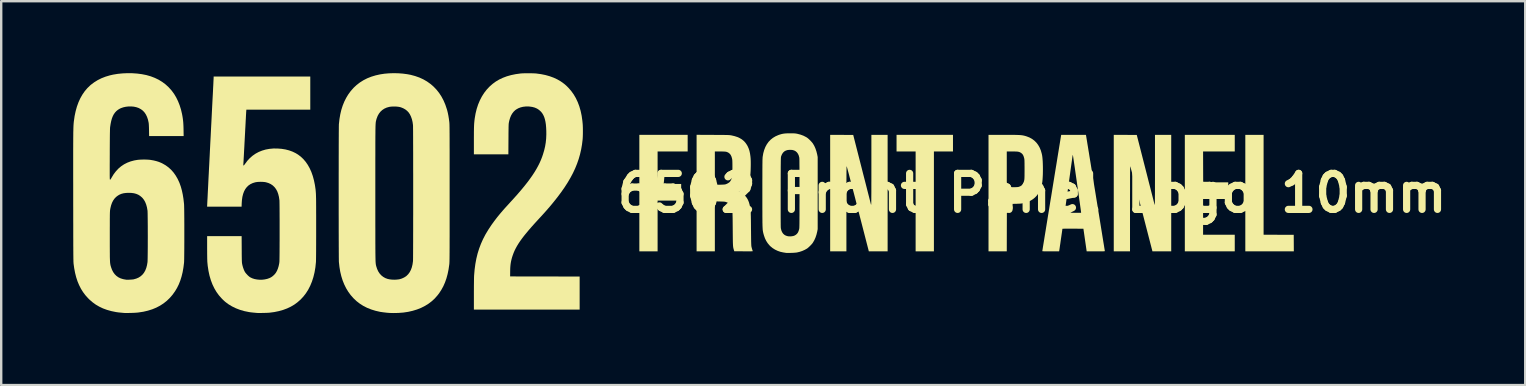
<source format=kicad_pcb>
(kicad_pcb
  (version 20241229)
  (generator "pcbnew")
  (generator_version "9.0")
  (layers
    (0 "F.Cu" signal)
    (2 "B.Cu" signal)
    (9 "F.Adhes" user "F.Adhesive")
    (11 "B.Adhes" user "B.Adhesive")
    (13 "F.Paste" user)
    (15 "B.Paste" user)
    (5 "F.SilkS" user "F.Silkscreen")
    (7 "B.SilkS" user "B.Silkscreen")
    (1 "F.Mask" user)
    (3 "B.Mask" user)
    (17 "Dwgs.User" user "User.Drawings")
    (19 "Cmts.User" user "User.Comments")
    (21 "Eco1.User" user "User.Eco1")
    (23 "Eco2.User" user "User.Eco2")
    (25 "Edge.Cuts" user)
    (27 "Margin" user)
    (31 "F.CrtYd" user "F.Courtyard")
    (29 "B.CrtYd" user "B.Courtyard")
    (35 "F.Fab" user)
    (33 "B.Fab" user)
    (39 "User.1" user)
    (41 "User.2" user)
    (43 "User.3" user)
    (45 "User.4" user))
  (footprint "6502 Front Panel Logo 10mm"
    (layer "F.Cu")
    (at 39.969 4.998)
    (property "Reference" "6502 Front Panel Logo 10mm" (at 0 0 0) (layer "F.SilkS") (effects (font (size 1.5 1.5) (thickness 0.3))))
    (attr board_only exclude_from_pos_files exclude_from_bom)
    (fp_poly (pts (xy 9.646 -0.347) (xy 9.646 1.734) (xy 10.274 1.737) (xy 10.902 1.739) (xy 10.904 2.084) (xy 10.906 2.428) (xy 9.895 2.428) (xy 8.884 2.428) (xy 8.884 0) (xy 8.884 -2.428) (xy 9.265 -2.428) (xy 9.646 -2.428)) (stroke (width 0) (type solid)) (fill yes) (layer "F.SilkS"))
    (fp_poly (pts (xy -3.3 -2.081) (xy -3.3 -1.735) (xy -3.697 -1.735) (xy -4.095 -1.735) (xy -4.095 0.347) (xy -4.095 2.428) (xy -4.476 2.428) (xy -4.857 2.428) (xy -4.857 0.347) (xy -4.857 -1.735) (xy -5.254 -1.735) (xy -5.652 -1.735) (xy -5.652 -2.081) (xy -5.652 -2.428) (xy -4.476 -2.428) (xy -3.3 -2.428)) (stroke (width 0) (type solid)) (fill yes) (layer "F.SilkS"))
    (fp_poly (pts (xy -14.358 -2.081) (xy -14.358 -1.735) (xy -14.984 -1.735) (xy -15.611 -1.735) (xy -15.611 -1.058) (xy -15.611 -0.381) (xy -15.12 -0.381) (xy -14.629 -0.381) (xy -14.629 -0.034) (xy -14.629 0.313) (xy -15.12 0.313) (xy -15.611 0.313) (xy -15.611 1.371) (xy -15.611 2.428) (xy -15.991 2.428) (xy -16.372 2.428) (xy -16.372 0) (xy -16.372 -2.428) (xy -15.365 -2.428) (xy -14.358 -2.428)) (stroke (width 0) (type solid)) (fill yes) (layer "F.SilkS"))
    (fp_poly (pts (xy 8.444 -2.081) (xy 8.444 -1.735) (xy 7.784 -1.735) (xy 7.124 -1.735) (xy 7.126 -1.094) (xy 7.128 -0.453) (xy 7.651 -0.45) (xy 8.173 -0.448) (xy 8.173 -0.101) (xy 8.173 0.245) (xy 7.649 0.245) (xy 7.124 0.245) (xy 7.124 0.99) (xy 7.124 1.735) (xy 7.784 1.735) (xy 8.444 1.735) (xy 8.444 2.081) (xy 8.444 2.428) (xy 7.403 2.428) (xy 6.363 2.428) (xy 6.363 0) (xy 6.363 -2.428) (xy 7.403 -2.428) (xy 8.444 -2.428)) (stroke (width 0) (type solid)) (fill yes) (layer "F.SilkS"))
    (fp_poly (pts (xy -7.939 -2.426) (xy -7.458 -2.424) (xy -7.089 -0.977) (xy -7.05 -0.824) (xy -7.012 -0.676) (xy -6.975 -0.533) (xy -6.94 -0.396) (xy -6.907 -0.266) (xy -6.876 -0.143) (xy -6.847 -0.029) (xy -6.82 0.075) (xy -6.796 0.17) (xy -6.775 0.253) (xy -6.757 0.324) (xy -6.742 0.383) (xy -6.731 0.428) (xy -6.723 0.459) (xy -6.719 0.474) (xy -6.719 0.476) (xy -6.711 0.482) (xy -6.71 0.482) (xy -6.708 0.474) (xy -6.707 0.448) (xy -6.706 0.406) (xy -6.705 0.347) (xy -6.704 0.272) (xy -6.704 0.179) (xy -6.703 0.07) (xy -6.702 -0.055) (xy -6.702 -0.198) (xy -6.702 -0.356) (xy -6.701 -0.532) (xy -6.701 -0.723) (xy -6.701 -0.931) (xy -6.701 -0.973) (xy -6.701 -2.428) (xy -6.363 -2.428) (xy -6.024 -2.428) (xy -6.024 0) (xy -6.024 2.428) (xy -6.416 2.428) (xy -6.807 2.428) (xy -7.264 0.656) (xy -7.323 0.428) (xy -7.377 0.215) (xy -7.428 0.018) (xy -7.476 -0.163) (xy -7.519 -0.329) (xy -7.558 -0.48) (xy -7.594 -0.614) (xy -7.625 -0.733) (xy -7.652 -0.836) (xy -7.676 -0.923) (xy -7.695 -0.994) (xy -7.71 -1.049) (xy -7.721 -1.088) (xy -7.728 -1.111) (xy -7.731 -1.117) (xy -7.733 -1.114) (xy -7.734 -1.104) (xy -7.735 -1.088) (xy -7.736 -1.064) (xy -7.737 -1.032) (xy -7.737 -0.992) (xy -7.738 -0.942) (xy -7.739 -0.882) (xy -7.739 -0.812) (xy -7.74 -0.731) (xy -7.74 -0.639) (xy -7.741 -0.534) (xy -7.741 -0.417) (xy -7.741 -0.286) (xy -7.741 -0.141) (xy -7.742 0.018) (xy -7.742 0.192) (xy -7.742 0.381) (xy -7.742 0.587) (xy -7.742 0.656) (xy -7.742 2.428) (xy -8.08 2.428) (xy -8.419 2.428) (xy -8.419 -0.00007) (xy -8.419 -2.428)) (stroke (width 0) (type solid)) (fill yes) (layer "F.SilkS"))
    (fp_poly (pts (xy 3.881 -2.426) (xy 4.36 -2.424) (xy 4.731 -0.973) (xy 4.77 -0.82) (xy 4.808 -0.672) (xy 4.844 -0.528) (xy 4.879 -0.391) (xy 4.913 -0.261) (xy 4.944 -0.138) (xy 4.973 -0.025) (xy 5 0.08) (xy 5.024 0.174) (xy 5.045 0.257) (xy 5.063 0.329) (xy 5.078 0.387) (xy 5.09 0.432) (xy 5.097 0.463) (xy 5.101 0.478) (xy 5.102 0.48) (xy 5.109 0.482) (xy 5.11 0.482) (xy 5.112 0.474) (xy 5.113 0.448) (xy 5.114 0.406) (xy 5.115 0.347) (xy 5.116 0.272) (xy 5.116 0.179) (xy 5.117 0.07) (xy 5.118 -0.055) (xy 5.118 -0.198) (xy 5.118 -0.356) (xy 5.119 -0.532) (xy 5.119 -0.723) (xy 5.119 -0.931) (xy 5.119 -0.973) (xy 5.119 -2.428) (xy 5.457 -2.428) (xy 5.796 -2.428) (xy 5.796 0) (xy 5.796 2.428) (xy 5.404 2.428) (xy 5.013 2.428) (xy 4.556 0.658) (xy 4.508 0.475) (xy 4.463 0.298) (xy 4.419 0.129) (xy 4.377 -0.032) (xy 4.337 -0.184) (xy 4.3 -0.328) (xy 4.265 -0.461) (xy 4.233 -0.584) (xy 4.203 -0.695) (xy 4.177 -0.795) (xy 4.153 -0.883) (xy 4.133 -0.957) (xy 4.117 -1.018) (xy 4.104 -1.065) (xy 4.095 -1.096) (xy 4.09 -1.113) (xy 4.089 -1.115) (xy 4.087 -1.112) (xy 4.086 -1.102) (xy 4.085 -1.085) (xy 4.084 -1.06) (xy 4.083 -1.027) (xy 4.083 -0.984) (xy 4.082 -0.932) (xy 4.081 -0.869) (xy 4.081 -0.796) (xy 4.08 -0.711) (xy 4.08 -0.614) (xy 4.079 -0.505) (xy 4.079 -0.383) (xy 4.079 -0.248) (xy 4.079 -0.098) (xy 4.078 0.066) (xy 4.078 0.246) (xy 4.078 0.441) (xy 4.078 0.653) (xy 4.078 0.655) (xy 4.078 2.428) (xy 3.74 2.428) (xy 3.401 2.428) (xy 3.401 -0.00007) (xy 3.401 -2.428)) (stroke (width 0) (type solid)) (fill yes) (layer "F.SilkS"))
    (fp_poly (pts (xy -1.067 -2.428) (xy -0.95 -2.428) (xy -0.847 -2.427) (xy -0.758 -2.427) (xy -0.68 -2.425) (xy -0.612 -2.423) (xy -0.553 -2.421) (xy -0.502 -2.418) (xy -0.457 -2.414) (xy -0.417 -2.409) (xy -0.381 -2.403) (xy -0.347 -2.396) (xy -0.314 -2.388) (xy -0.28 -2.379) (xy -0.245 -2.368) (xy -0.233 -2.364) (xy -0.115 -2.319) (xy -0.008 -2.26) (xy 0.088 -2.189) (xy 0.173 -2.106) (xy 0.247 -2.01) (xy 0.309 -1.902) (xy 0.36 -1.782) (xy 0.398 -1.65) (xy 0.415 -1.571) (xy 0.425 -1.502) (xy 0.433 -1.418) (xy 0.44 -1.323) (xy 0.444 -1.22) (xy 0.447 -1.11) (xy 0.448 -0.998) (xy 0.447 -0.886) (xy 0.445 -0.775) (xy 0.44 -0.671) (xy 0.434 -0.574) (xy 0.426 -0.488) (xy 0.416 -0.416) (xy 0.414 -0.406) (xy 0.384 -0.273) (xy 0.341 -0.149) (xy 0.288 -0.036) (xy 0.223 0.065) (xy 0.195 0.102) (xy 0.117 0.184) (xy 0.03 0.255) (xy -0.067 0.315) (xy -0.176 0.364) (xy -0.298 0.403) (xy -0.41 0.428) (xy -0.439 0.433) (xy -0.474 0.437) (xy -0.518 0.44) (xy -0.572 0.442) (xy -0.638 0.445) (xy -0.718 0.447) (xy -0.77 0.448) (xy -1.053 0.453) (xy -1.056 1.44) (xy -1.058 2.428) (xy -1.438 2.428) (xy -1.819 2.428) (xy -1.819 0) (xy -1.819 -0.99) (xy -1.058 -0.99) (xy -1.058 -0.245) (xy -0.836 -0.245) (xy -0.757 -0.246) (xy -0.694 -0.247) (xy -0.645 -0.249) (xy -0.608 -0.251) (xy -0.581 -0.255) (xy -0.57 -0.257) (xy -0.502 -0.282) (xy -0.446 -0.316) (xy -0.401 -0.362) (xy -0.366 -0.42) (xy -0.341 -0.492) (xy -0.333 -0.525) (xy -0.329 -0.544) (xy -0.326 -0.564) (xy -0.323 -0.586) (xy -0.322 -0.613) (xy -0.32 -0.647) (xy -0.319 -0.688) (xy -0.318 -0.739) (xy -0.318 -0.802) (xy -0.317 -0.878) (xy -0.317 -0.968) (xy -0.317 -0.99) (xy -0.317 -1.084) (xy -0.318 -1.163) (xy -0.318 -1.228) (xy -0.319 -1.282) (xy -0.32 -1.325) (xy -0.321 -1.36) (xy -0.323 -1.388) (xy -0.325 -1.411) (xy -0.328 -1.431) (xy -0.332 -1.448) (xy -0.332 -1.451) (xy -0.353 -1.525) (xy -0.379 -1.585) (xy -0.412 -1.632) (xy -0.454 -1.669) (xy -0.483 -1.687) (xy -0.508 -1.701) (xy -0.533 -1.711) (xy -0.559 -1.719) (xy -0.588 -1.725) (xy -0.624 -1.73) (xy -0.667 -1.732) (xy -0.722 -1.734) (xy -0.789 -1.734) (xy -0.836 -1.734) (xy -1.058 -1.735) (xy -1.058 -0.99) (xy -1.819 -0.99) (xy -1.819 -2.428) (xy -1.199 -2.428)) (stroke (width 0) (type solid)) (fill yes) (layer "F.SilkS"))
    (fp_poly (pts (xy 2.246 -2.405) (xy 2.248 -2.394) (xy 2.252 -2.367) (xy 2.259 -2.325) (xy 2.268 -2.269) (xy 2.28 -2.199) (xy 2.293 -2.117) (xy 2.308 -2.023) (xy 2.326 -1.918) (xy 2.344 -1.803) (xy 2.365 -1.679) (xy 2.386 -1.546) (xy 2.409 -1.406) (xy 2.433 -1.258) (xy 2.458 -1.104) (xy 2.484 -0.945) (xy 2.511 -0.782) (xy 2.538 -0.615) (xy 2.565 -0.445) (xy 2.593 -0.273) (xy 2.622 -0.099) (xy 2.65 0.075) (xy 2.678 0.249) (xy 2.706 0.421) (xy 2.734 0.592) (xy 2.761 0.76) (xy 2.788 0.924) (xy 2.814 1.084) (xy 2.839 1.239) (xy 2.863 1.387) (xy 2.886 1.53) (xy 2.908 1.664) (xy 2.928 1.79) (xy 2.947 1.907) (xy 2.964 2.014) (xy 2.98 2.11) (xy 2.994 2.195) (xy 3.005 2.267) (xy 3.015 2.326) (xy 3.022 2.371) (xy 3.027 2.402) (xy 3.029 2.416) (xy 3.029 2.417) (xy 3.026 2.42) (xy 3.016 2.422) (xy 2.999 2.424) (xy 2.971 2.426) (xy 2.934 2.427) (xy 2.884 2.427) (xy 2.822 2.428) (xy 2.745 2.428) (xy 2.652 2.428) (xy 2.65 2.428) (xy 2.272 2.428) (xy 2.204 1.957) (xy 2.136 1.485) (xy 1.698 1.483) (xy 1.592 1.482) (xy 1.5 1.482) (xy 1.422 1.483) (xy 1.359 1.483) (xy 1.311 1.485) (xy 1.279 1.486) (xy 1.263 1.488) (xy 1.261 1.489) (xy 1.26 1.499) (xy 1.256 1.523) (xy 1.251 1.561) (xy 1.244 1.609) (xy 1.236 1.667) (xy 1.226 1.732) (xy 1.216 1.803) (xy 1.205 1.877) (xy 1.194 1.953) (xy 1.183 2.029) (xy 1.173 2.103) (xy 1.162 2.172) (xy 1.153 2.236) (xy 1.145 2.292) (xy 1.138 2.339) (xy 1.133 2.374) (xy 1.129 2.396) (xy 1.128 2.401) (xy 1.123 2.428) (xy 0.773 2.428) (xy 0.685 2.428) (xy 0.612 2.428) (xy 0.553 2.427) (xy 0.507 2.427) (xy 0.472 2.425) (xy 0.448 2.424) (xy 0.433 2.422) (xy 0.425 2.419) (xy 0.423 2.417) (xy 0.424 2.408) (xy 0.428 2.383) (xy 0.435 2.343) (xy 0.443 2.289) (xy 0.454 2.221) (xy 0.467 2.14) (xy 0.482 2.048) (xy 0.499 1.945) (xy 0.517 1.831) (xy 0.537 1.708) (xy 0.559 1.576) (xy 0.581 1.437) (xy 0.605 1.29) (xy 0.63 1.137) (xy 0.655 0.979) (xy 0.681 0.821) (xy 1.352 0.821) (xy 1.695 0.821) (xy 2.039 0.821) (xy 2.039 0.802) (xy 2.038 0.79) (xy 2.034 0.762) (xy 2.029 0.72) (xy 2.021 0.666) (xy 2.012 0.599) (xy 2.001 0.521) (xy 1.989 0.434) (xy 1.976 0.339) (xy 1.961 0.236) (xy 1.946 0.127) (xy 1.93 0.013) (xy 1.913 -0.105) (xy 1.896 -0.225) (xy 1.878 -0.347) (xy 1.861 -0.469) (xy 1.843 -0.591) (xy 1.826 -0.711) (xy 1.809 -0.828) (xy 1.793 -0.94) (xy 1.778 -1.047) (xy 1.763 -1.148) (xy 1.749 -1.24) (xy 1.737 -1.325) (xy 1.726 -1.399) (xy 1.717 -1.462) (xy 1.709 -1.512) (xy 1.703 -1.549) (xy 1.7 -1.572) (xy 1.698 -1.579) (xy 1.69 -1.582) (xy 1.689 -1.582) (xy 1.687 -1.573) (xy 1.684 -1.548) (xy 1.678 -1.509) (xy 1.67 -1.456) (xy 1.661 -1.39) (xy 1.65 -1.312) (xy 1.637 -1.222) (xy 1.623 -1.123) (xy 1.608 -1.015) (xy 1.592 -0.898) (xy 1.575 -0.774) (xy 1.557 -0.644) (xy 1.538 -0.508) (xy 1.524 -0.406) (xy 1.504 -0.267) (xy 1.486 -0.132) (xy 1.468 -0.002) (xy 1.451 0.121) (xy 1.434 0.237) (xy 1.42 0.345) (xy 1.406 0.444) (xy 1.393 0.532) (xy 1.383 0.609) (xy 1.374 0.674) (xy 1.366 0.726) (xy 1.361 0.764) (xy 1.358 0.787) (xy 1.357 0.793) (xy 1.352 0.821) (xy 0.681 0.821) (xy 0.682 0.816) (xy 0.709 0.649) (xy 0.736 0.479) (xy 0.764 0.307) (xy 0.793 0.134) (xy 0.821 -0.04) (xy 0.849 -0.214) (xy 0.877 -0.386) (xy 0.905 -0.557) (xy 0.932 -0.726) (xy 0.959 -0.89) (xy 0.985 -1.051) (xy 1.011 -1.207) (xy 1.035 -1.356) (xy 1.058 -1.499) (xy 1.08 -1.635) (xy 1.101 -1.762) (xy 1.12 -1.88) (xy 1.138 -1.989) (xy 1.154 -2.086) (xy 1.168 -2.173) (xy 1.18 -2.247) (xy 1.19 -2.307) (xy 1.198 -2.354) (xy 1.203 -2.386) (xy 1.206 -2.403) (xy 1.206 -2.405) (xy 1.211 -2.428) (xy 1.726 -2.428) (xy 2.241 -2.428)) (stroke (width 0) (type solid)) (fill yes) (layer "F.SilkS"))
    (fp_poly (pts (xy -13.307 -2.426) (xy -13.183 -2.425) (xy -13.075 -2.425) (xy -12.982 -2.424) (xy -12.901 -2.423) (xy -12.833 -2.423) (xy -12.775 -2.422) (xy -12.726 -2.421) (xy -12.686 -2.42) (xy -12.653 -2.418) (xy -12.625 -2.417) (xy -12.602 -2.415) (xy -12.582 -2.412) (xy -12.564 -2.41) (xy -12.547 -2.407) (xy -12.535 -2.405) (xy -12.405 -2.375) (xy -12.29 -2.338) (xy -12.188 -2.292) (xy -12.098 -2.238) (xy -12.019 -2.173) (xy -11.95 -2.098) (xy -11.89 -2.011) (xy -11.852 -1.942) (xy -11.814 -1.855) (xy -11.783 -1.76) (xy -11.76 -1.656) (xy -11.743 -1.539) (xy -11.735 -1.46) (xy -11.732 -1.405) (xy -11.729 -1.339) (xy -11.728 -1.264) (xy -11.728 -1.184) (xy -11.729 -1.102) (xy -11.731 -1.02) (xy -11.733 -0.941) (xy -11.737 -0.869) (xy -11.741 -0.807) (xy -11.746 -0.757) (xy -11.748 -0.738) (xy -11.775 -0.61) (xy -11.812 -0.492) (xy -11.861 -0.386) (xy -11.92 -0.292) (xy -11.984 -0.217) (xy -12.022 -0.182) (xy -12.07 -0.145) (xy -12.122 -0.11) (xy -12.171 -0.082) (xy -12.191 -0.073) (xy -12.211 -0.062) (xy -12.223 -0.052) (xy -12.224 -0.049) (xy -12.216 -0.043) (xy -12.196 -0.032) (xy -12.167 -0.018) (xy -12.154 -0.012) (xy -12.074 0.029) (xy -12.003 0.078) (xy -11.941 0.137) (xy -11.889 0.206) (xy -11.844 0.286) (xy -11.806 0.379) (xy -11.776 0.485) (xy -11.751 0.606) (xy -11.739 0.688) (xy -11.736 0.71) (xy -11.734 0.736) (xy -11.732 0.767) (xy -11.73 0.805) (xy -11.728 0.849) (xy -11.727 0.903) (xy -11.725 0.966) (xy -11.724 1.039) (xy -11.722 1.125) (xy -11.721 1.225) (xy -11.72 1.338) (xy -11.719 1.467) (xy -11.719 1.485) (xy -11.717 1.612) (xy -11.716 1.723) (xy -11.715 1.819) (xy -11.714 1.903) (xy -11.713 1.973) (xy -11.712 2.033) (xy -11.71 2.083) (xy -11.709 2.124) (xy -11.707 2.157) (xy -11.706 2.184) (xy -11.704 2.205) (xy -11.701 2.222) (xy -11.699 2.236) (xy -11.698 2.242) (xy -11.681 2.306) (xy -11.662 2.37) (xy -11.646 2.414) (xy -11.646 2.417) (xy -11.648 2.42) (xy -11.654 2.422) (xy -11.665 2.424) (xy -11.684 2.425) (xy -11.711 2.426) (xy -11.747 2.427) (xy -11.795 2.427) (xy -11.855 2.427) (xy -11.93 2.427) (xy -12.019 2.426) (xy -12.028 2.426) (xy -12.416 2.424) (xy -12.427 2.386) (xy -12.435 2.359) (xy -12.442 2.336) (xy -12.448 2.313) (xy -12.454 2.292) (xy -12.458 2.269) (xy -12.462 2.244) (xy -12.465 2.216) (xy -12.468 2.184) (xy -12.47 2.145) (xy -12.472 2.099) (xy -12.474 2.045) (xy -12.475 1.982) (xy -12.476 1.907) (xy -12.477 1.821) (xy -12.478 1.721) (xy -12.479 1.606) (xy -12.48 1.493) (xy -12.481 1.364) (xy -12.482 1.25) (xy -12.483 1.151) (xy -12.484 1.065) (xy -12.485 0.992) (xy -12.487 0.93) (xy -12.488 0.878) (xy -12.489 0.834) (xy -12.491 0.799) (xy -12.493 0.77) (xy -12.495 0.747) (xy -12.497 0.728) (xy -12.499 0.712) (xy -12.5 0.709) (xy -12.521 0.622) (xy -12.549 0.549) (xy -12.584 0.49) (xy -12.629 0.442) (xy -12.684 0.404) (xy -12.751 0.375) (xy -12.778 0.366) (xy -12.801 0.361) (xy -12.833 0.357) (xy -12.876 0.354) (xy -12.933 0.352) (xy -13.004 0.35) (xy -13.024 0.349) (xy -13.225 0.345) (xy -13.225 1.387) (xy -13.225 2.428) (xy -13.605 2.428) (xy -13.986 2.428) (xy -13.986 -0.000461) (xy -13.986 -1.04) (xy -13.225 -1.04) (xy -13.225 -0.345) (xy -13.024 -0.349) (xy -12.946 -0.351) (xy -12.884 -0.354) (xy -12.837 -0.357) (xy -12.802 -0.361) (xy -12.779 -0.366) (xy -12.729 -0.385) (xy -12.679 -0.41) (xy -12.635 -0.439) (xy -12.602 -0.468) (xy -12.601 -0.469) (xy -12.566 -0.519) (xy -12.536 -0.581) (xy -12.512 -0.65) (xy -12.508 -0.668) (xy -12.504 -0.687) (xy -12.501 -0.707) (xy -12.498 -0.732) (xy -12.496 -0.761) (xy -12.495 -0.798) (xy -12.494 -0.845) (xy -12.493 -0.903) (xy -12.493 -0.974) (xy -12.493 -1.049) (xy -12.493 -1.134) (xy -12.493 -1.203) (xy -12.494 -1.26) (xy -12.495 -1.306) (xy -12.496 -1.343) (xy -12.498 -1.372) (xy -12.501 -1.397) (xy -12.504 -1.419) (xy -12.508 -1.438) (xy -12.531 -1.519) (xy -12.562 -1.585) (xy -12.602 -1.638) (xy -12.651 -1.679) (xy -12.666 -1.687) (xy -12.693 -1.701) (xy -12.718 -1.712) (xy -12.744 -1.72) (xy -12.774 -1.726) (xy -12.811 -1.73) (xy -12.855 -1.732) (xy -12.911 -1.734) (xy -12.981 -1.734) (xy -13.011 -1.734) (xy -13.225 -1.735) (xy -13.225 -1.04) (xy -13.986 -1.04) (xy -13.986 -2.429)) (stroke (width 0) (type solid)) (fill yes) (layer "F.SilkS"))
    (fp_poly (pts (xy -20.912 -4.995) (xy -20.836 -4.993) (xy -20.768 -4.991) (xy -20.71 -4.988) (xy -20.67 -4.985) (xy -20.47 -4.958) (xy -20.283 -4.92) (xy -20.107 -4.87) (xy -19.943 -4.81) (xy -19.789 -4.738) (xy -19.645 -4.654) (xy -19.511 -4.558) (xy -19.49 -4.541) (xy -19.459 -4.515) (xy -19.42 -4.48) (xy -19.379 -4.441) (xy -19.34 -4.401) (xy -19.329 -4.39) (xy -19.214 -4.259) (xy -19.111 -4.116) (xy -19.02 -3.961) (xy -18.941 -3.794) (xy -18.874 -3.616) (xy -18.819 -3.426) (xy -18.776 -3.223) (xy -18.746 -3.009) (xy -18.733 -2.877) (xy -18.729 -2.805) (xy -18.726 -2.721) (xy -18.725 -2.63) (xy -18.725 -2.536) (xy -18.726 -2.443) (xy -18.729 -2.355) (xy -18.733 -2.276) (xy -18.737 -2.229) (xy -18.762 -2.023) (xy -18.797 -1.821) (xy -18.843 -1.621) (xy -18.899 -1.424) (xy -18.967 -1.228) (xy -19.046 -1.033) (xy -19.138 -0.836) (xy -19.243 -0.639) (xy -19.36 -0.439) (xy -19.491 -0.236) (xy -19.637 -0.028) (xy -19.796 0.184) (xy -19.97 0.402) (xy -20.036 0.482) (xy -20.102 0.561) (xy -20.167 0.636) (xy -20.232 0.711) (xy -20.3 0.788) (xy -20.373 0.869) (xy -20.452 0.956) (xy -20.541 1.052) (xy -20.586 1.101) (xy -20.728 1.256) (xy -20.857 1.4) (xy -20.975 1.536) (xy -21.082 1.663) (xy -21.179 1.783) (xy -21.265 1.896) (xy -21.343 2.004) (xy -21.412 2.108) (xy -21.473 2.208) (xy -21.526 2.305) (xy -21.573 2.4) (xy -21.613 2.494) (xy -21.648 2.589) (xy -21.679 2.684) (xy -21.698 2.754) (xy -21.719 2.845) (xy -21.735 2.936) (xy -21.746 3.029) (xy -21.753 3.131) (xy -21.756 3.244) (xy -21.756 3.274) (xy -21.758 3.473) (xy -20.309 3.475) (xy -18.86 3.478) (xy -18.86 4.167) (xy -18.86 4.857) (xy -21.064 4.857) (xy -23.268 4.857) (xy -23.268 4.21) (xy -23.268 4.103) (xy -23.267 3.998) (xy -23.267 3.897) (xy -23.266 3.801) (xy -23.265 3.712) (xy -23.264 3.632) (xy -23.263 3.562) (xy -23.262 3.505) (xy -23.26 3.461) (xy -23.259 3.434) (xy -23.238 3.188) (xy -23.207 2.956) (xy -23.166 2.734) (xy -23.114 2.521) (xy -23.05 2.315) (xy -22.974 2.114) (xy -22.886 1.917) (xy -22.784 1.721) (xy -22.667 1.526) (xy -22.536 1.328) (xy -22.426 1.176) (xy -22.359 1.088) (xy -22.292 1.001) (xy -22.222 0.915) (xy -22.148 0.826) (xy -22.069 0.734) (xy -21.983 0.636) (xy -21.887 0.531) (xy -21.782 0.416) (xy -21.758 0.389) (xy -21.59 0.205) (xy -21.435 0.031) (xy -21.292 -0.136) (xy -21.161 -0.294) (xy -21.042 -0.445) (xy -20.933 -0.591) (xy -20.834 -0.731) (xy -20.745 -0.867) (xy -20.665 -0.999) (xy -20.594 -1.128) (xy -20.53 -1.255) (xy -20.474 -1.381) (xy -20.425 -1.507) (xy -20.389 -1.612) (xy -20.339 -1.78) (xy -20.3 -1.944) (xy -20.273 -2.106) (xy -20.256 -2.272) (xy -20.249 -2.445) (xy -20.25 -2.589) (xy -20.257 -2.734) (xy -20.268 -2.864) (xy -20.286 -2.979) (xy -20.31 -3.083) (xy -20.339 -3.174) (xy -20.376 -3.255) (xy -20.419 -3.327) (xy -20.47 -3.391) (xy -20.479 -3.4) (xy -20.554 -3.468) (xy -20.637 -3.522) (xy -20.73 -3.563) (xy -20.833 -3.591) (xy -20.947 -3.607) (xy -20.984 -3.61) (xy -21.105 -3.61) (xy -21.219 -3.597) (xy -21.325 -3.571) (xy -21.422 -3.533) (xy -21.508 -3.483) (xy -21.546 -3.455) (xy -21.613 -3.391) (xy -21.67 -3.317) (xy -21.719 -3.232) (xy -21.759 -3.135) (xy -21.792 -3.023) (xy -21.806 -2.959) (xy -21.809 -2.942) (xy -21.812 -2.925) (xy -21.815 -2.906) (xy -21.817 -2.885) (xy -21.819 -2.86) (xy -21.82 -2.83) (xy -21.821 -2.794) (xy -21.823 -2.749) (xy -21.823 -2.695) (xy -21.824 -2.631) (xy -21.825 -2.556) (xy -21.826 -2.467) (xy -21.826 -2.364) (xy -21.827 -2.245) (xy -21.827 -2.244) (xy -21.831 -1.616) (xy -22.549 -1.616) (xy -23.268 -1.616) (xy -23.268 -2.19) (xy -23.268 -2.317) (xy -23.267 -2.429) (xy -23.267 -2.527) (xy -23.266 -2.614) (xy -23.265 -2.689) (xy -23.263 -2.756) (xy -23.261 -2.815) (xy -23.258 -2.869) (xy -23.255 -2.919) (xy -23.25 -2.966) (xy -23.246 -3.013) (xy -23.24 -3.06) (xy -23.234 -3.109) (xy -23.199 -3.313) (xy -23.152 -3.507) (xy -23.092 -3.691) (xy -23.02 -3.863) (xy -22.936 -4.025) (xy -22.841 -4.175) (xy -22.733 -4.314) (xy -22.615 -4.44) (xy -22.484 -4.555) (xy -22.354 -4.65) (xy -22.212 -4.734) (xy -22.059 -4.806) (xy -21.894 -4.868) (xy -21.717 -4.918) (xy -21.528 -4.957) (xy -21.326 -4.985) (xy -21.322 -4.985) (xy -21.276 -4.989) (xy -21.216 -4.992) (xy -21.147 -4.994) (xy -21.071 -4.995) (xy -20.991 -4.995)) (stroke (width 0) (type solid)) (fill yes) (layer "F.SilkS"))
    (fp_poly (pts (xy -10.018 -2.491) (xy -9.965 -2.491) (xy -9.922 -2.489) (xy -9.886 -2.487) (xy -9.854 -2.483) (xy -9.822 -2.478) (xy -9.791 -2.472) (xy -9.658 -2.438) (xy -9.533 -2.392) (xy -9.42 -2.334) (xy -9.384 -2.312) (xy -9.352 -2.288) (xy -9.313 -2.255) (xy -9.271 -2.215) (xy -9.228 -2.172) (xy -9.189 -2.129) (xy -9.157 -2.091) (xy -9.141 -2.069) (xy -9.082 -1.97) (xy -9.032 -1.858) (xy -8.991 -1.736) (xy -8.959 -1.607) (xy -8.958 -1.601) (xy -8.939 -1.502) (xy -8.939 0) (xy -8.939 1.502) (xy -8.958 1.601) (xy -8.989 1.73) (xy -9.03 1.853) (xy -9.08 1.965) (xy -9.138 2.064) (xy -9.141 2.069) (xy -9.166 2.103) (xy -9.201 2.143) (xy -9.242 2.186) (xy -9.285 2.228) (xy -9.326 2.266) (xy -9.363 2.297) (xy -9.384 2.312) (xy -9.478 2.365) (xy -9.583 2.412) (xy -9.694 2.449) (xy -9.806 2.475) (xy -9.806 2.475) (xy -9.837 2.479) (xy -9.88 2.483) (xy -9.931 2.487) (xy -9.988 2.49) (xy -10.048 2.492) (xy -10.107 2.494) (xy -10.161 2.494) (xy -10.208 2.494) (xy -10.244 2.493) (xy -10.263 2.491) (xy -10.281 2.488) (xy -10.31 2.483) (xy -10.346 2.478) (xy -10.369 2.474) (xy -10.49 2.448) (xy -10.606 2.408) (xy -10.716 2.356) (xy -10.817 2.292) (xy -10.907 2.219) (xy -10.946 2.18) (xy -11.022 2.089) (xy -11.085 1.991) (xy -11.137 1.884) (xy -11.179 1.764) (xy -11.194 1.711) (xy -11.201 1.687) (xy -11.206 1.665) (xy -11.211 1.643) (xy -11.216 1.622) (xy -11.22 1.599) (xy -11.224 1.575) (xy -11.228 1.549) (xy -11.231 1.519) (xy -11.233 1.485) (xy -11.235 1.447) (xy -11.237 1.402) (xy -11.239 1.351) (xy -11.24 1.293) (xy -11.242 1.226) (xy -11.242 1.15) (xy -11.243 1.065) (xy -11.244 0.969) (xy -11.244 0.861) (xy -11.244 0.741) (xy -11.245 0.657) (xy -10.482 0.657) (xy -10.482 0.791) (xy -10.482 0.912) (xy -10.482 1.019) (xy -10.481 1.113) (xy -10.481 1.195) (xy -10.48 1.265) (xy -10.48 1.324) (xy -10.479 1.372) (xy -10.478 1.41) (xy -10.477 1.438) (xy -10.475 1.458) (xy -10.474 1.468) (xy -10.453 1.556) (xy -10.421 1.63) (xy -10.379 1.691) (xy -10.326 1.739) (xy -10.263 1.774) (xy -10.189 1.796) (xy -10.145 1.802) (xy -10.081 1.804) (xy -10.017 1.799) (xy -9.959 1.789) (xy -9.912 1.774) (xy -9.91 1.773) (xy -9.851 1.739) (xy -9.803 1.698) (xy -9.764 1.646) (xy -9.735 1.582) (xy -9.712 1.505) (xy -9.708 1.485) (xy -9.707 1.475) (xy -9.705 1.46) (xy -9.704 1.441) (xy -9.703 1.415) (xy -9.702 1.383) (xy -9.701 1.344) (xy -9.7 1.297) (xy -9.699 1.24) (xy -9.699 1.175) (xy -9.698 1.099) (xy -9.698 1.012) (xy -9.697 0.914) (xy -9.697 0.803) (xy -9.697 0.679) (xy -9.697 0.541) (xy -9.696 0.388) (xy -9.696 0.221) (xy -9.696 0.037) (xy -9.696 -0.001) (xy -9.696 -0.212) (xy -9.697 -0.406) (xy -9.697 -0.583) (xy -9.697 -0.744) (xy -9.698 -0.889) (xy -9.698 -1.017) (xy -9.699 -1.13) (xy -9.7 -1.226) (xy -9.7 -1.307) (xy -9.701 -1.372) (xy -9.702 -1.422) (xy -9.704 -1.456) (xy -9.705 -1.475) (xy -9.705 -1.477) (xy -9.727 -1.563) (xy -9.76 -1.636) (xy -9.803 -1.696) (xy -9.856 -1.743) (xy -9.919 -1.777) (xy -9.993 -1.797) (xy -10.024 -1.8) (xy -10.117 -1.803) (xy -10.199 -1.794) (xy -10.27 -1.771) (xy -10.331 -1.736) (xy -10.382 -1.687) (xy -10.424 -1.625) (xy -10.457 -1.548) (xy -10.464 -1.526) (xy -10.466 -1.519) (xy -10.468 -1.51) (xy -10.469 -1.499) (xy -10.471 -1.486) (xy -10.472 -1.468) (xy -10.473 -1.446) (xy -10.474 -1.418) (xy -10.475 -1.385) (xy -10.476 -1.344) (xy -10.477 -1.296) (xy -10.477 -1.239) (xy -10.478 -1.173) (xy -10.479 -1.098) (xy -10.479 -1.011) (xy -10.479 -0.913) (xy -10.48 -0.803) (xy -10.48 -0.68) (xy -10.481 -0.543) (xy -10.481 -0.391) (xy -10.481 -0.224) (xy -10.482 -0.041) (xy -10.482 -0.034) (xy -10.482 0.163) (xy -10.482 0.343) (xy -10.482 0.508) (xy -10.482 0.657) (xy -11.245 0.657) (xy -11.245 0.608) (xy -11.245 0.461) (xy -11.245 0.299) (xy -11.245 0.122) (xy -11.245 0) (xy -11.245 -0.185) (xy -11.245 -0.354) (xy -11.245 -0.507) (xy -11.244 -0.646) (xy -11.244 -0.772) (xy -11.244 -0.884) (xy -11.244 -0.984) (xy -11.243 -1.072) (xy -11.243 -1.15) (xy -11.242 -1.218) (xy -11.241 -1.277) (xy -11.241 -1.328) (xy -11.24 -1.371) (xy -11.239 -1.408) (xy -11.237 -1.438) (xy -11.236 -1.463) (xy -11.235 -1.484) (xy -11.233 -1.502) (xy -11.232 -1.512) (xy -11.207 -1.66) (xy -11.169 -1.796) (xy -11.12 -1.921) (xy -11.059 -2.034) (xy -10.986 -2.136) (xy -10.901 -2.225) (xy -10.804 -2.302) (xy -10.696 -2.367) (xy -10.577 -2.419) (xy -10.541 -2.432) (xy -10.482 -2.45) (xy -10.428 -2.465) (xy -10.374 -2.475) (xy -10.318 -2.483) (xy -10.256 -2.488) (xy -10.185 -2.491) (xy -10.101 -2.492) (xy -10.086 -2.492)) (stroke (width 0) (type solid)) (fill yes) (layer "F.SilkS"))
    (fp_poly (pts (xy -30.087 -4.167) (xy -30.087 -3.477) (xy -31.419 -3.477) (xy -32.751 -3.477) (xy -32.756 -3.408) (xy -32.758 -3.39) (xy -32.76 -3.357) (xy -32.762 -3.31) (xy -32.766 -3.248) (xy -32.77 -3.175) (xy -32.774 -3.09) (xy -32.78 -2.994) (xy -32.785 -2.89) (xy -32.791 -2.778) (xy -32.798 -2.659) (xy -32.804 -2.534) (xy -32.811 -2.405) (xy -32.816 -2.31) (xy -32.823 -2.178) (xy -32.83 -2.05) (xy -32.836 -1.927) (xy -32.843 -1.81) (xy -32.849 -1.701) (xy -32.854 -1.599) (xy -32.859 -1.507) (xy -32.864 -1.425) (xy -32.867 -1.356) (xy -32.871 -1.298) (xy -32.873 -1.255) (xy -32.875 -1.227) (xy -32.876 -1.216) (xy -32.878 -1.183) (xy -32.878 -1.164) (xy -32.875 -1.154) (xy -32.869 -1.151) (xy -32.865 -1.151) (xy -32.853 -1.158) (xy -32.833 -1.18) (xy -32.809 -1.213) (xy -32.803 -1.221) (xy -32.709 -1.347) (xy -32.605 -1.459) (xy -32.491 -1.558) (xy -32.367 -1.644) (xy -32.235 -1.715) (xy -32.093 -1.772) (xy -31.943 -1.816) (xy -31.785 -1.844) (xy -31.62 -1.859) (xy -31.455 -1.858) (xy -31.283 -1.845) (xy -31.121 -1.819) (xy -30.97 -1.78) (xy -30.829 -1.729) (xy -30.697 -1.665) (xy -30.598 -1.605) (xy -30.482 -1.518) (xy -30.375 -1.416) (xy -30.277 -1.301) (xy -30.189 -1.173) (xy -30.11 -1.031) (xy -30.041 -0.878) (xy -29.982 -0.711) (xy -29.934 -0.533) (xy -29.895 -0.344) (xy -29.884 -0.273) (xy -29.879 -0.236) (xy -29.874 -0.202) (xy -29.869 -0.169) (xy -29.865 -0.136) (xy -29.862 -0.102) (xy -29.859 -0.067) (xy -29.856 -0.03) (xy -29.853 0.011) (xy -29.851 0.055) (xy -29.849 0.105) (xy -29.848 0.161) (xy -29.846 0.224) (xy -29.845 0.295) (xy -29.844 0.374) (xy -29.844 0.463) (xy -29.843 0.563) (xy -29.843 0.674) (xy -29.843 0.797) (xy -29.842 0.934) (xy -29.842 1.085) (xy -29.842 1.251) (xy -29.842 1.433) (xy -29.842 1.443) (xy -29.842 1.637) (xy -29.842 1.818) (xy -29.843 1.987) (xy -29.843 2.142) (xy -29.844 2.284) (xy -29.844 2.412) (xy -29.845 2.525) (xy -29.846 2.624) (xy -29.847 2.708) (xy -29.848 2.776) (xy -29.849 2.828) (xy -29.85 2.863) (xy -29.851 2.877) (xy -29.874 3.097) (xy -29.91 3.306) (xy -29.958 3.503) (xy -30.018 3.689) (xy -30.09 3.863) (xy -30.173 4.025) (xy -30.269 4.176) (xy -30.376 4.314) (xy -30.495 4.441) (xy -30.626 4.555) (xy -30.756 4.65) (xy -30.899 4.734) (xy -31.053 4.807) (xy -31.22 4.869) (xy -31.398 4.919) (xy -31.586 4.958) (xy -31.775 4.983) (xy -31.808 4.986) (xy -31.854 4.989) (xy -31.909 4.991) (xy -31.97 4.993) (xy -32.034 4.995) (xy -32.098 4.996) (xy -32.158 4.997) (xy -32.212 4.997) (xy -32.257 4.997) (xy -32.289 4.996) (xy -32.296 4.996) (xy -32.373 4.989) (xy -32.436 4.983) (xy -32.488 4.978) (xy -32.531 4.973) (xy -32.569 4.969) (xy -32.604 4.964) (xy -32.639 4.958) (xy -32.647 4.957) (xy -32.838 4.918) (xy -33.019 4.865) (xy -33.189 4.8) (xy -33.349 4.722) (xy -33.498 4.632) (xy -33.62 4.541) (xy -33.651 4.515) (xy -33.689 4.48) (xy -33.731 4.441) (xy -33.77 4.401) (xy -33.781 4.39) (xy -33.895 4.261) (xy -33.997 4.12) (xy -34.087 3.967) (xy -34.165 3.804) (xy -34.232 3.628) (xy -34.287 3.441) (xy -34.33 3.242) (xy -34.362 3.03) (xy -34.377 2.873) (xy -34.379 2.844) (xy -34.38 2.8) (xy -34.382 2.743) (xy -34.383 2.675) (xy -34.384 2.598) (xy -34.385 2.514) (xy -34.385 2.425) (xy -34.386 2.333) (xy -34.386 2.279) (xy -34.386 1.794) (xy -33.667 1.794) (xy -32.948 1.794) (xy -32.945 2.333) (xy -32.944 2.445) (xy -32.944 2.541) (xy -32.943 2.623) (xy -32.942 2.692) (xy -32.941 2.75) (xy -32.94 2.798) (xy -32.938 2.837) (xy -32.937 2.87) (xy -32.935 2.896) (xy -32.932 2.919) (xy -32.929 2.938) (xy -32.927 2.953) (xy -32.91 3.028) (xy -32.888 3.104) (xy -32.862 3.178) (xy -32.834 3.243) (xy -32.818 3.274) (xy -32.789 3.319) (xy -32.749 3.367) (xy -32.705 3.415) (xy -32.658 3.459) (xy -32.613 3.495) (xy -32.59 3.51) (xy -32.505 3.551) (xy -32.41 3.582) (xy -32.307 3.601) (xy -32.2 3.611) (xy -32.092 3.61) (xy -31.986 3.598) (xy -31.884 3.576) (xy -31.79 3.543) (xy -31.72 3.508) (xy -31.663 3.469) (xy -31.605 3.418) (xy -31.554 3.363) (xy -31.52 3.318) (xy -31.475 3.239) (xy -31.437 3.147) (xy -31.406 3.045) (xy -31.383 2.937) (xy -31.374 2.87) (xy -31.373 2.85) (xy -31.372 2.814) (xy -31.371 2.763) (xy -31.37 2.7) (xy -31.369 2.624) (xy -31.368 2.537) (xy -31.367 2.44) (xy -31.367 2.335) (xy -31.366 2.223) (xy -31.366 2.104) (xy -31.365 1.981) (xy -31.365 1.854) (xy -31.365 1.724) (xy -31.365 1.593) (xy -31.365 1.462) (xy -31.365 1.332) (xy -31.365 1.204) (xy -31.365 1.08) (xy -31.366 0.96) (xy -31.366 0.846) (xy -31.367 0.74) (xy -31.367 0.641) (xy -31.368 0.553) (xy -31.369 0.474) (xy -31.37 0.408) (xy -31.371 0.355) (xy -31.372 0.316) (xy -31.373 0.292) (xy -31.374 0.29) (xy -31.394 0.155) (xy -31.424 0.035) (xy -31.464 -0.073) (xy -31.516 -0.168) (xy -31.578 -0.249) (xy -31.65 -0.318) (xy -31.734 -0.375) (xy -31.828 -0.419) (xy -31.934 -0.451) (xy -31.949 -0.454) (xy -32.007 -0.463) (xy -32.077 -0.468) (xy -32.152 -0.47) (xy -32.229 -0.468) (xy -32.301 -0.463) (xy -32.364 -0.453) (xy -32.38 -0.45) (xy -32.485 -0.418) (xy -32.579 -0.374) (xy -32.662 -0.318) (xy -32.734 -0.248) (xy -32.796 -0.166) (xy -32.847 -0.071) (xy -32.887 0.037) (xy -32.917 0.159) (xy -32.936 0.293) (xy -32.945 0.421) (xy -32.95 0.567) (xy -33.668 0.567) (xy -34.386 0.567) (xy -34.386 0.535) (xy -34.385 0.524) (xy -34.384 0.497) (xy -34.382 0.455) (xy -34.379 0.398) (xy -34.376 0.326) (xy -34.371 0.242) (xy -34.366 0.145) (xy -34.361 0.035) (xy -34.355 -0.085) (xy -34.348 -0.216) (xy -34.341 -0.356) (xy -34.334 -0.506) (xy -34.326 -0.664) (xy -34.317 -0.829) (xy -34.309 -1.002) (xy -34.299 -1.181) (xy -34.29 -1.365) (xy -34.28 -1.554) (xy -34.271 -1.747) (xy -34.261 -1.943) (xy -34.251 -2.142) (xy -34.24 -2.343) (xy -34.23 -2.545) (xy -34.22 -2.748) (xy -34.209 -2.95) (xy -34.199 -3.152) (xy -34.189 -3.352) (xy -34.179 -3.549) (xy -34.169 -3.744) (xy -34.159 -3.934) (xy -34.149 -4.12) (xy -34.14 -4.296) (xy -34.136 -4.387) (xy -34.131 -4.473) (xy -34.127 -4.554) (xy -34.124 -4.627) (xy -34.121 -4.691) (xy -34.118 -4.744) (xy -34.116 -4.785) (xy -34.115 -4.812) (xy -34.115 -4.823) (xy -34.115 -4.857) (xy -32.101 -4.857) (xy -30.087 -4.857)) (stroke (width 0) (type solid)) (fill yes) (layer "F.SilkS"))
    (fp_poly (pts (xy -26.421 -4.994) (xy -26.231 -4.98) (xy -26.047 -4.956) (xy -25.9 -4.928) (xy -25.715 -4.878) (xy -25.539 -4.816) (xy -25.374 -4.74) (xy -25.22 -4.651) (xy -25.077 -4.549) (xy -24.945 -4.435) (xy -24.824 -4.308) (xy -24.714 -4.169) (xy -24.616 -4.018) (xy -24.53 -3.855) (xy -24.456 -3.68) (xy -24.394 -3.494) (xy -24.376 -3.431) (xy -24.353 -3.335) (xy -24.331 -3.226) (xy -24.312 -3.11) (xy -24.296 -2.989) (xy -24.294 -2.978) (xy -24.293 -2.966) (xy -24.292 -2.952) (xy -24.29 -2.938) (xy -24.289 -2.921) (xy -24.288 -2.903) (xy -24.287 -2.881) (xy -24.286 -2.856) (xy -24.285 -2.827) (xy -24.285 -2.793) (xy -24.284 -2.754) (xy -24.283 -2.709) (xy -24.283 -2.658) (xy -24.282 -2.6) (xy -24.282 -2.535) (xy -24.281 -2.462) (xy -24.281 -2.381) (xy -24.28 -2.29) (xy -24.28 -2.19) (xy -24.28 -2.079) (xy -24.28 -1.958) (xy -24.279 -1.825) (xy -24.279 -1.681) (xy -24.279 -1.524) (xy -24.279 -1.355) (xy -24.279 -1.171) (xy -24.279 -0.974) (xy -24.279 -0.762) (xy -24.279 -0.535) (xy -24.279 -0.292) (xy -24.279 -0.033) (xy -24.279 0) (xy -24.279 0.261) (xy -24.279 0.506) (xy -24.279 0.735) (xy -24.279 0.949) (xy -24.279 1.148) (xy -24.279 1.333) (xy -24.279 1.504) (xy -24.279 1.662) (xy -24.279 1.808) (xy -24.28 1.942) (xy -24.28 2.065) (xy -24.28 2.176) (xy -24.28 2.278) (xy -24.281 2.37) (xy -24.281 2.452) (xy -24.282 2.527) (xy -24.282 2.593) (xy -24.283 2.651) (xy -24.283 2.703) (xy -24.284 2.749) (xy -24.285 2.788) (xy -24.285 2.823) (xy -24.286 2.853) (xy -24.287 2.878) (xy -24.288 2.9) (xy -24.289 2.919) (xy -24.29 2.936) (xy -24.291 2.951) (xy -24.293 2.964) (xy -24.294 2.977) (xy -24.294 2.978) (xy -24.324 3.184) (xy -24.364 3.377) (xy -24.413 3.557) (xy -24.473 3.726) (xy -24.543 3.885) (xy -24.625 4.034) (xy -24.717 4.175) (xy -24.786 4.264) (xy -24.899 4.392) (xy -25.025 4.508) (xy -25.162 4.612) (xy -25.311 4.704) (xy -25.47 4.784) (xy -25.64 4.851) (xy -25.82 4.906) (xy -26.009 4.949) (xy -26.209 4.979) (xy -26.417 4.995) (xy -26.634 4.999) (xy -26.783 4.995) (xy -26.834 4.991) (xy -26.895 4.986) (xy -26.963 4.978) (xy -27.032 4.97) (xy -27.096 4.961) (xy -27.152 4.953) (xy -27.177 4.949) (xy -27.369 4.905) (xy -27.55 4.849) (xy -27.72 4.781) (xy -27.879 4.7) (xy -28.026 4.606) (xy -28.163 4.5) (xy -28.289 4.38) (xy -28.405 4.248) (xy -28.506 4.109) (xy -28.595 3.962) (xy -28.672 3.806) (xy -28.738 3.641) (xy -28.793 3.466) (xy -28.838 3.279) (xy -28.871 3.08) (xy -28.894 2.873) (xy -28.895 2.855) (xy -28.896 2.82) (xy -28.896 2.771) (xy -28.897 2.707) (xy -28.898 2.629) (xy -28.898 2.538) (xy -28.899 2.435) (xy -28.899 2.32) (xy -28.9 2.195) (xy -28.9 2.06) (xy -28.901 1.916) (xy -28.901 1.763) (xy -28.902 1.603) (xy -28.902 1.436) (xy -28.902 1.262) (xy -28.902 1.084) (xy -28.903 0.901) (xy -28.903 0.715) (xy -28.903 0.525) (xy -28.903 0.334) (xy -28.903 0.141) (xy -28.903 -0.052) (xy -28.903 -0.246) (xy -28.903 -0.438) (xy -28.903 -0.62) (xy -27.376 -0.62) (xy -27.376 -0.381) (xy -27.376 -0.126) (xy -27.376 0) (xy -27.376 0.263) (xy -27.376 0.509) (xy -27.376 0.739) (xy -27.376 0.955) (xy -27.376 1.155) (xy -27.376 1.341) (xy -27.375 1.514) (xy -27.375 1.674) (xy -27.375 1.821) (xy -27.375 1.956) (xy -27.375 2.08) (xy -27.374 2.193) (xy -27.374 2.296) (xy -27.373 2.389) (xy -27.373 2.472) (xy -27.372 2.548) (xy -27.371 2.615) (xy -27.37 2.674) (xy -27.369 2.727) (xy -27.368 2.773) (xy -27.367 2.813) (xy -27.366 2.848) (xy -27.364 2.879) (xy -27.362 2.905) (xy -27.36 2.927) (xy -27.358 2.946) (xy -27.356 2.963) (xy -27.354 2.978) (xy -27.351 2.991) (xy -27.349 3.004) (xy -27.346 3.016) (xy -27.343 3.028) (xy -27.339 3.041) (xy -27.338 3.048) (xy -27.302 3.16) (xy -27.256 3.261) (xy -27.198 3.35) (xy -27.129 3.427) (xy -27.05 3.49) (xy -26.962 3.541) (xy -26.864 3.577) (xy -26.855 3.579) (xy -26.774 3.596) (xy -26.683 3.606) (xy -26.587 3.61) (xy -26.492 3.606) (xy -26.403 3.596) (xy -26.36 3.588) (xy -26.291 3.568) (xy -26.219 3.538) (xy -26.15 3.502) (xy -26.09 3.462) (xy -26.077 3.451) (xy -26.006 3.381) (xy -25.945 3.298) (xy -25.894 3.201) (xy -25.854 3.092) (xy -25.825 2.969) (xy -25.806 2.835) (xy -25.805 2.819) (xy -25.805 2.787) (xy -25.804 2.74) (xy -25.803 2.678) (xy -25.803 2.602) (xy -25.802 2.514) (xy -25.802 2.413) (xy -25.801 2.3) (xy -25.801 2.177) (xy -25.8 2.044) (xy -25.8 1.902) (xy -25.8 1.751) (xy -25.799 1.593) (xy -25.799 1.428) (xy -25.799 1.256) (xy -25.799 1.08) (xy -25.798 0.899) (xy -25.798 0.715) (xy -25.798 0.527) (xy -25.798 0.338) (xy -25.798 0.147) (xy -25.798 -0.045) (xy -25.798 -0.236) (xy -25.798 -0.427) (xy -25.798 -0.616) (xy -25.798 -0.802) (xy -25.799 -0.985) (xy -25.799 -1.163) (xy -25.799 -1.337) (xy -25.799 -1.506) (xy -25.799 -1.668) (xy -25.8 -1.823) (xy -25.8 -1.969) (xy -25.801 -2.107) (xy -25.801 -2.236) (xy -25.801 -2.354) (xy -25.802 -2.462) (xy -25.802 -2.557) (xy -25.803 -2.64) (xy -25.804 -2.709) (xy -25.804 -2.764) (xy -25.805 -2.804) (xy -25.806 -2.829) (xy -25.806 -2.835) (xy -25.824 -2.964) (xy -25.852 -3.082) (xy -25.89 -3.189) (xy -25.936 -3.284) (xy -25.988 -3.361) (xy -26.051 -3.428) (xy -26.128 -3.488) (xy -26.214 -3.536) (xy -26.308 -3.574) (xy -26.365 -3.589) (xy -26.424 -3.599) (xy -26.494 -3.606) (xy -26.569 -3.609) (xy -26.646 -3.608) (xy -26.718 -3.604) (xy -26.78 -3.596) (xy -26.796 -3.593) (xy -26.904 -3.563) (xy -27.001 -3.519) (xy -27.087 -3.462) (xy -27.162 -3.393) (xy -27.226 -3.311) (xy -27.279 -3.217) (xy -27.32 -3.11) (xy -27.338 -3.048) (xy -27.341 -3.034) (xy -27.344 -3.022) (xy -27.347 -3.009) (xy -27.35 -2.997) (xy -27.353 -2.984) (xy -27.355 -2.97) (xy -27.357 -2.955) (xy -27.36 -2.937) (xy -27.361 -2.916) (xy -27.363 -2.891) (xy -27.365 -2.863) (xy -27.366 -2.831) (xy -27.368 -2.793) (xy -27.369 -2.749) (xy -27.37 -2.7) (xy -27.371 -2.644) (xy -27.372 -2.58) (xy -27.372 -2.509) (xy -27.373 -2.429) (xy -27.374 -2.341) (xy -27.374 -2.243) (xy -27.375 -2.135) (xy -27.375 -2.016) (xy -27.375 -1.886) (xy -27.375 -1.745) (xy -27.375 -1.591) (xy -27.376 -1.425) (xy -27.376 -1.245) (xy -27.376 -1.051) (xy -27.376 -0.843) (xy -27.376 -0.62) (xy -28.903 -0.62) (xy -28.903 -0.628) (xy -28.903 -0.816) (xy -28.902 -1.001) (xy -28.902 -1.181) (xy -28.902 -1.357) (xy -28.902 -1.527) (xy -28.901 -1.69) (xy -28.901 -1.847) (xy -28.901 -1.995) (xy -28.9 -2.134) (xy -28.9 -2.264) (xy -28.899 -2.384) (xy -28.899 -2.492) (xy -28.898 -2.589) (xy -28.897 -2.673) (xy -28.897 -2.743) (xy -28.896 -2.8) (xy -28.895 -2.841) (xy -28.895 -2.866) (xy -28.894 -2.873) (xy -28.871 -3.084) (xy -28.837 -3.282) (xy -28.793 -3.469) (xy -28.737 -3.644) (xy -28.671 -3.809) (xy -28.593 -3.965) (xy -28.506 -4.109) (xy -28.4 -4.254) (xy -28.284 -4.386) (xy -28.157 -4.505) (xy -28.019 -4.611) (xy -27.871 -4.704) (xy -27.712 -4.785) (xy -27.542 -4.852) (xy -27.361 -4.907) (xy -27.173 -4.949) (xy -26.994 -4.976) (xy -26.807 -4.992) (xy -26.615 -4.998)) (stroke (width 0) (type solid)) (fill yes) (layer "F.SilkS"))
    (fp_poly (pts (xy -37.505 -4.996) (xy -37.303 -4.982) (xy -37.11 -4.957) (xy -36.918 -4.919) (xy -36.737 -4.867) (xy -36.567 -4.802) (xy -36.407 -4.725) (xy -36.258 -4.634) (xy -36.12 -4.531) (xy -35.992 -4.414) (xy -35.874 -4.283) (xy -35.862 -4.269) (xy -35.764 -4.135) (xy -35.676 -3.988) (xy -35.599 -3.83) (xy -35.532 -3.661) (xy -35.476 -3.483) (xy -35.432 -3.296) (xy -35.423 -3.249) (xy -35.409 -3.169) (xy -35.398 -3.095) (xy -35.389 -3.023) (xy -35.382 -2.951) (xy -35.377 -2.874) (xy -35.373 -2.79) (xy -35.37 -2.693) (xy -35.369 -2.642) (xy -35.365 -2.378) (xy -36.084 -2.378) (xy -36.804 -2.378) (xy -36.808 -2.621) (xy -36.81 -2.715) (xy -36.813 -2.793) (xy -36.816 -2.856) (xy -36.82 -2.905) (xy -36.825 -2.94) (xy -36.853 -3.066) (xy -36.891 -3.177) (xy -36.938 -3.275) (xy -36.995 -3.36) (xy -37.062 -3.433) (xy -37.141 -3.493) (xy -37.23 -3.542) (xy -37.241 -3.547) (xy -37.336 -3.58) (xy -37.439 -3.602) (xy -37.548 -3.612) (xy -37.66 -3.611) (xy -37.771 -3.599) (xy -37.877 -3.576) (xy -37.976 -3.542) (xy -38.025 -3.519) (xy -38.1 -3.474) (xy -38.166 -3.421) (xy -38.224 -3.359) (xy -38.275 -3.288) (xy -38.318 -3.205) (xy -38.355 -3.11) (xy -38.385 -3.002) (xy -38.41 -2.88) (xy -38.431 -2.743) (xy -38.431 -2.737) (xy -38.433 -2.715) (xy -38.434 -2.677) (xy -38.436 -2.621) (xy -38.437 -2.55) (xy -38.439 -2.463) (xy -38.44 -2.359) (xy -38.441 -2.241) (xy -38.442 -2.107) (xy -38.443 -1.957) (xy -38.444 -1.793) (xy -38.444 -1.614) (xy -38.444 -1.61) (xy -38.445 -1.455) (xy -38.445 -1.316) (xy -38.446 -1.192) (xy -38.446 -1.082) (xy -38.446 -0.986) (xy -38.446 -0.903) (xy -38.446 -0.831) (xy -38.446 -0.769) (xy -38.446 -0.718) (xy -38.445 -0.676) (xy -38.445 -0.642) (xy -38.444 -0.615) (xy -38.443 -0.595) (xy -38.441 -0.58) (xy -38.44 -0.57) (xy -38.438 -0.564) (xy -38.436 -0.56) (xy -38.434 -0.559) (xy -38.432 -0.558) (xy -38.432 -0.558) (xy -38.422 -0.563) (xy -38.409 -0.577) (xy -38.391 -0.604) (xy -38.368 -0.643) (xy -38.363 -0.653) (xy -38.279 -0.79) (xy -38.185 -0.913) (xy -38.083 -1.022) (xy -37.971 -1.117) (xy -37.85 -1.198) (xy -37.718 -1.266) (xy -37.577 -1.32) (xy -37.425 -1.361) (xy -37.292 -1.384) (xy -37.224 -1.391) (xy -37.144 -1.396) (xy -37.057 -1.398) (xy -36.968 -1.398) (xy -36.883 -1.395) (xy -36.805 -1.39) (xy -36.75 -1.384) (xy -36.622 -1.362) (xy -36.506 -1.334) (xy -36.398 -1.3) (xy -36.294 -1.257) (xy -36.244 -1.232) (xy -36.115 -1.158) (xy -35.996 -1.071) (xy -35.887 -0.972) (xy -35.788 -0.86) (xy -35.698 -0.734) (xy -35.617 -0.595) (xy -35.545 -0.441) (xy -35.529 -0.4) (xy -35.481 -0.264) (xy -35.439 -0.112) (xy -35.403 0.054) (xy -35.374 0.232) (xy -35.352 0.423) (xy -35.348 0.461) (xy -35.347 0.49) (xy -35.345 0.535) (xy -35.344 0.593) (xy -35.342 0.665) (xy -35.341 0.748) (xy -35.34 0.841) (xy -35.339 0.943) (xy -35.338 1.053) (xy -35.338 1.17) (xy -35.337 1.292) (xy -35.337 1.417) (xy -35.337 1.545) (xy -35.337 1.675) (xy -35.337 1.804) (xy -35.337 1.933) (xy -35.337 2.058) (xy -35.338 2.18) (xy -35.338 2.297) (xy -35.339 2.407) (xy -35.34 2.51) (xy -35.341 2.604) (xy -35.342 2.687) (xy -35.343 2.76) (xy -35.345 2.819) (xy -35.346 2.864) (xy -35.348 2.894) (xy -35.348 2.898) (xy -35.374 3.105) (xy -35.408 3.298) (xy -35.452 3.478) (xy -35.505 3.647) (xy -35.567 3.804) (xy -35.64 3.952) (xy -35.722 4.089) (xy -35.827 4.236) (xy -35.942 4.369) (xy -36.067 4.49) (xy -36.203 4.597) (xy -36.349 4.692) (xy -36.506 4.774) (xy -36.673 4.843) (xy -36.852 4.899) (xy -37.043 4.944) (xy -37.244 4.975) (xy -37.279 4.979) (xy -37.319 4.983) (xy -37.37 4.986) (xy -37.43 4.99) (xy -37.496 4.992) (xy -37.565 4.995) (xy -37.633 4.996) (xy -37.697 4.997) (xy -37.754 4.998) (xy -37.801 4.997) (xy -37.834 4.996) (xy -37.838 4.996) (xy -37.915 4.989) (xy -37.977 4.983) (xy -38.029 4.978) (xy -38.072 4.974) (xy -38.109 4.969) (xy -38.143 4.964) (xy -38.178 4.959) (xy -38.189 4.957) (xy -38.38 4.918) (xy -38.558 4.868) (xy -38.725 4.807) (xy -38.881 4.733) (xy -39.027 4.648) (xy -39.163 4.549) (xy -39.291 4.438) (xy -39.348 4.381) (xy -39.459 4.258) (xy -39.557 4.127) (xy -39.645 3.987) (xy -39.721 3.837) (xy -39.788 3.678) (xy -39.844 3.507) (xy -39.89 3.324) (xy -39.927 3.128) (xy -39.95 2.961) (xy -39.952 2.949) (xy -39.953 2.935) (xy -39.954 2.919) (xy -39.955 2.901) (xy -39.957 2.88) (xy -39.958 2.855) (xy -39.958 2.826) (xy -39.959 2.793) (xy -39.96 2.754) (xy -39.961 2.709) (xy -39.961 2.657) (xy -39.962 2.599) (xy -39.963 2.533) (xy -39.963 2.459) (xy -39.964 2.376) (xy -39.964 2.283) (xy -39.965 2.181) (xy -39.965 2.069) (xy -39.965 1.945) (xy -39.966 1.81) (xy -39.966 1.802) (xy -38.443 1.802) (xy -38.443 1.961) (xy -38.443 2.105) (xy -38.443 2.233) (xy -38.442 2.347) (xy -38.442 2.449) (xy -38.441 2.538) (xy -38.441 2.617) (xy -38.44 2.685) (xy -38.438 2.744) (xy -38.436 2.796) (xy -38.434 2.84) (xy -38.432 2.878) (xy -38.429 2.911) (xy -38.425 2.94) (xy -38.421 2.966) (xy -38.417 2.99) (xy -38.412 3.013) (xy -38.406 3.035) (xy -38.399 3.058) (xy -38.392 3.083) (xy -38.352 3.194) (xy -38.302 3.292) (xy -38.241 3.377) (xy -38.169 3.449) (xy -38.087 3.508) (xy -37.995 3.553) (xy -37.892 3.585) (xy -37.838 3.596) (xy -37.805 3.601) (xy -37.779 3.606) (xy -37.763 3.609) (xy -37.762 3.609) (xy -37.743 3.611) (xy -37.711 3.611) (xy -37.669 3.611) (xy -37.622 3.609) (xy -37.574 3.606) (xy -37.527 3.603) (xy -37.486 3.599) (xy -37.454 3.595) (xy -37.444 3.593) (xy -37.336 3.562) (xy -37.24 3.52) (xy -37.155 3.465) (xy -37.081 3.398) (xy -37.018 3.319) (xy -36.965 3.227) (xy -36.923 3.121) (xy -36.892 3.003) (xy -36.872 2.885) (xy -36.87 2.861) (xy -36.868 2.822) (xy -36.867 2.769) (xy -36.865 2.703) (xy -36.864 2.625) (xy -36.863 2.538) (xy -36.862 2.441) (xy -36.861 2.337) (xy -36.86 2.227) (xy -36.86 2.112) (xy -36.86 1.994) (xy -36.859 1.873) (xy -36.859 1.752) (xy -36.86 1.631) (xy -36.86 1.513) (xy -36.86 1.397) (xy -36.861 1.286) (xy -36.862 1.181) (xy -36.863 1.084) (xy -36.864 0.995) (xy -36.865 0.916) (xy -36.866 0.848) (xy -36.868 0.793) (xy -36.869 0.752) (xy -36.871 0.726) (xy -36.872 0.723) (xy -36.894 0.594) (xy -36.926 0.478) (xy -36.967 0.375) (xy -37.017 0.285) (xy -37.077 0.207) (xy -37.111 0.173) (xy -37.182 0.114) (xy -37.258 0.067) (xy -37.342 0.032) (xy -37.434 0.007) (xy -37.537 -0.007) (xy -37.652 -0.011) (xy -37.764 -0.007) (xy -37.864 0.006) (xy -37.953 0.029) (xy -38.034 0.062) (xy -38.103 0.102) (xy -38.18 0.16) (xy -38.247 0.23) (xy -38.303 0.31) (xy -38.35 0.402) (xy -38.388 0.508) (xy -38.417 0.626) (xy -38.428 0.687) (xy -38.43 0.703) (xy -38.432 0.719) (xy -38.434 0.737) (xy -38.435 0.759) (xy -38.437 0.784) (xy -38.438 0.814) (xy -38.439 0.85) (xy -38.44 0.893) (xy -38.441 0.944) (xy -38.441 1.003) (xy -38.442 1.072) (xy -38.442 1.152) (xy -38.442 1.244) (xy -38.442 1.348) (xy -38.443 1.466) (xy -38.443 1.599) (xy -38.443 1.747) (xy -38.443 1.802) (xy -39.966 1.802) (xy -39.966 1.663) (xy -39.966 1.503) (xy -39.966 1.33) (xy -39.967 1.143) (xy -39.967 0.941) (xy -39.967 0.724) (xy -39.968 0.492) (xy -39.968 0.244) (xy -39.968 0.144) (xy -39.968 -0.119) (xy -39.968 -0.365) (xy -39.969 -0.596) (xy -39.969 -0.811) (xy -39.969 -1.012) (xy -39.969 -1.199) (xy -39.969 -1.372) (xy -39.969 -1.533) (xy -39.969 -1.681) (xy -39.969 -1.818) (xy -39.968 -1.943) (xy -39.968 -2.058) (xy -39.967 -2.163) (xy -39.967 -2.259) (xy -39.966 -2.345) (xy -39.965 -2.424) (xy -39.965 -2.495) (xy -39.964 -2.559) (xy -39.962 -2.617) (xy -39.961 -2.668) (xy -39.96 -2.715) (xy -39.958 -2.756) (xy -39.957 -2.794) (xy -39.955 -2.828) (xy -39.953 -2.859) (xy -39.951 -2.888) (xy -39.949 -2.915) (xy -39.946 -2.94) (xy -39.944 -2.965) (xy -39.941 -2.99) (xy -39.94 -2.996) (xy -39.909 -3.212) (xy -39.866 -3.415) (xy -39.813 -3.606) (xy -39.748 -3.785) (xy -39.672 -3.952) (xy -39.585 -4.105) (xy -39.487 -4.247) (xy -39.378 -4.375) (xy -39.258 -4.491) (xy -39.234 -4.512) (xy -39.096 -4.616) (xy -38.948 -4.708) (xy -38.79 -4.787) (xy -38.62 -4.853) (xy -38.439 -4.907) (xy -38.308 -4.937) (xy -38.116 -4.969) (xy -37.916 -4.989) (xy -37.711 -4.998)) (stroke (width 0) (type solid)) (fill yes) (layer "F.SilkS")))
  (gr_rect
    (start -3 -3)
    (end 60.519 12.998)
    (stroke (width 0.1) (type default))
    (fill no)
    (layer "Edge.Cuts")))
</source>
